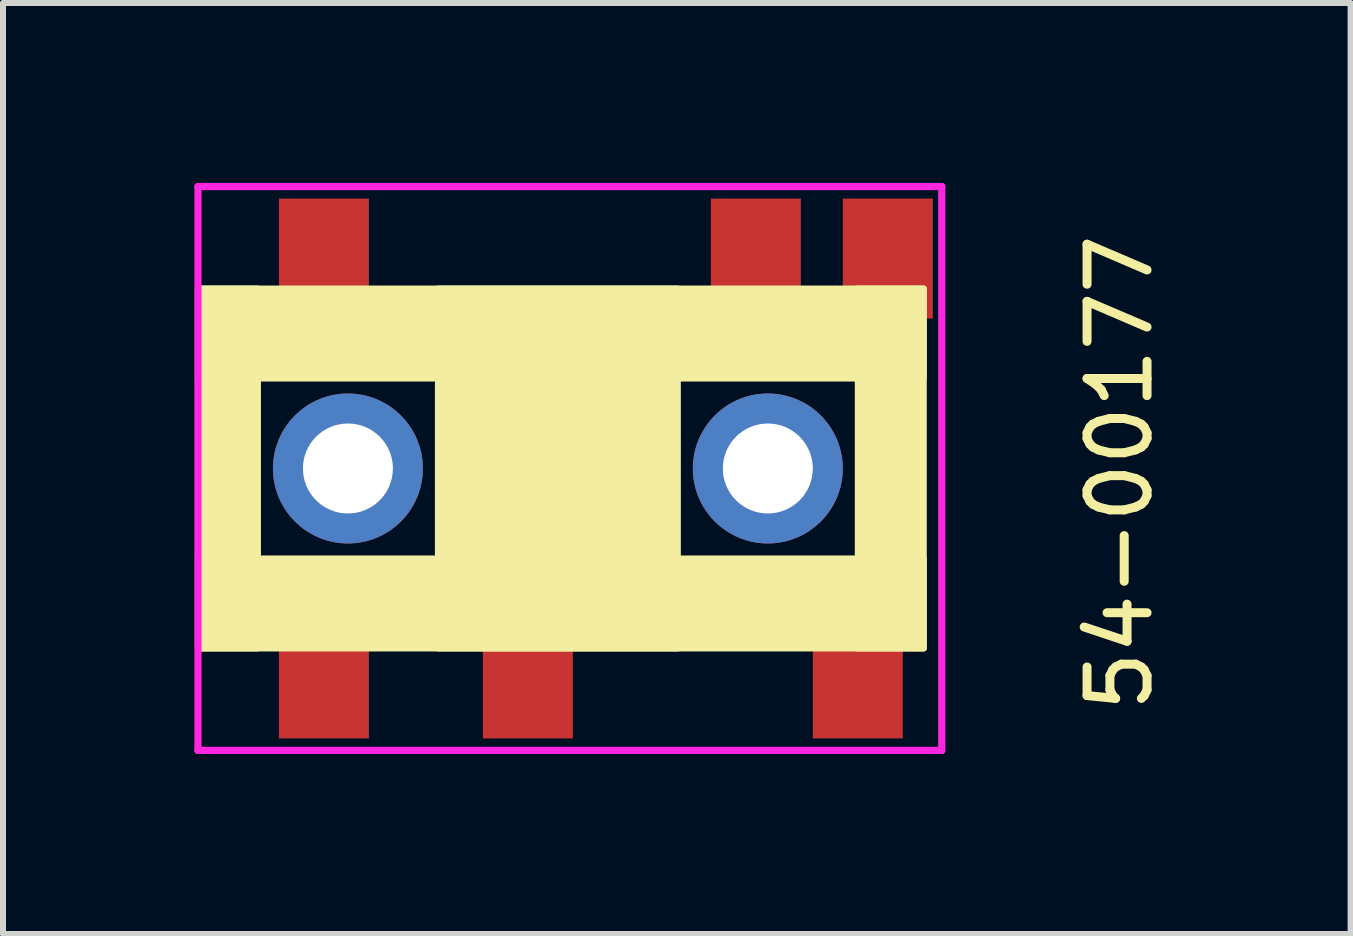
<source format=kicad_pcb>
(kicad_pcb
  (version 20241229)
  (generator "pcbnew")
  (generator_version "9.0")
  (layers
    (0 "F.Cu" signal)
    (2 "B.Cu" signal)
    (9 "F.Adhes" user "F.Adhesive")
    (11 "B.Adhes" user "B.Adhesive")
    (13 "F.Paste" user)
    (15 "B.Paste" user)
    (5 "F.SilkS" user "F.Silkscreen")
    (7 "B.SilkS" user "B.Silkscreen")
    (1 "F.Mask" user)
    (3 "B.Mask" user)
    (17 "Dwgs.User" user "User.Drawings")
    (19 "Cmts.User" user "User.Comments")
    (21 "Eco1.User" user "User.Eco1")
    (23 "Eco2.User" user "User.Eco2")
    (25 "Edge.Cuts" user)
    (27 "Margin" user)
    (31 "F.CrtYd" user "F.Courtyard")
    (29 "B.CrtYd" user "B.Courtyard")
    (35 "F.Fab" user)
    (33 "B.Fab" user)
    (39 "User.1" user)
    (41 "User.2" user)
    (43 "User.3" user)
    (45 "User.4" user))
  (footprint "54-00177"
    (layer "F.Cu")
    (at 0.25 8.26)
    (property "Reference" "54-00177" (at 15.367 -3.429 90) (layer "F.SilkS") (effects (font (size 1 1) (thickness 0.15))))
    (attr through_hole)
    (fp_poly (pts (xy 1 -0.5) (xy 0 -0.5) (xy 0 -6.5) (xy 1 -6.5)) (stroke (width 0.1) (type solid)) (fill yes) (layer "F.SilkS"))
    (fp_poly (pts (xy 8 -6.5) (xy 8 -0.5) (xy 4 -0.5) (xy 4 -6.5)) (stroke (width 0.1) (type solid)) (fill yes) (layer "F.SilkS"))
    (fp_poly (pts (xy 12.1 -5) (xy 0 -5) (xy 0 -6.5) (xy 12.1 -6.5)) (stroke (width 0.1) (type solid)) (fill yes) (layer "F.SilkS"))
    (fp_poly (pts (xy 12.1 -0.5) (xy 0 -0.5) (xy 0 -2) (xy 12.1 -2)) (stroke (width 0.1) (type solid)) (fill yes) (layer "F.SilkS"))
    (fp_poly (pts (xy 12.1 -0.5) (xy 11 -0.5) (xy 11 -6.5) (xy 12.1 -6.5)) (stroke (width 0.1) (type solid)) (fill yes) (layer "F.SilkS"))
    (fp_line (start 0 -8.2) (end 0 1.2) (stroke (width 0.12) (type solid)) (layer "F.CrtYd"))
    (fp_line (start 0 1.2) (end 12.4 1.2) (stroke (width 0.12) (type solid)) (layer "F.CrtYd"))
    (fp_line (start 12.4 -8.2) (end 0 -8.2) (stroke (width 0.12) (type solid)) (layer "F.CrtYd"))
    (fp_line (start 12.4 1.2) (end 12.4 -8.2) (stroke (width 0.12) (type solid)) (layer "F.CrtYd"))
    (pad "" thru_hole circle (at 2.5 -3.5) (size 2.5 2.5) (drill 1.5) (layers "*.Cu"))
    (pad "" thru_hole circle (at 9.5 -3.5) (size 2.5 2.5) (drill 1.5) (layers "*.Cu"))
    (pad "1" smd rect (at 2.1 0) (size 1.5 2) (layers "F.Cu" "F.Mask" "F.Paste"))
    (pad "2" smd rect (at 2.1 -7) (size 1.5 2) (layers "F.Cu" "F.Mask" "F.Paste"))
    (pad "3" smd rect (at 5.5 0) (size 1.5 2) (layers "F.Cu" "F.Mask" "F.Paste"))
    (pad "4" smd rect (at 9.3 -7) (size 1.5 2) (layers "F.Cu" "F.Mask" "F.Paste"))
    (pad "5" smd rect (at 11.5 -7) (size 1.5 2) (layers "F.Cu" "F.Mask" "F.Paste"))
    (pad "6" smd rect (at 11 0) (size 1.5 2) (layers "F.Cu" "F.Mask" "F.Paste")))
  (gr_rect
    (start -3 -3)
    (end 19.465 12.52)
    (stroke (width 0.1) (type default))
    (fill no)
    (layer "Edge.Cuts")))
</source>
